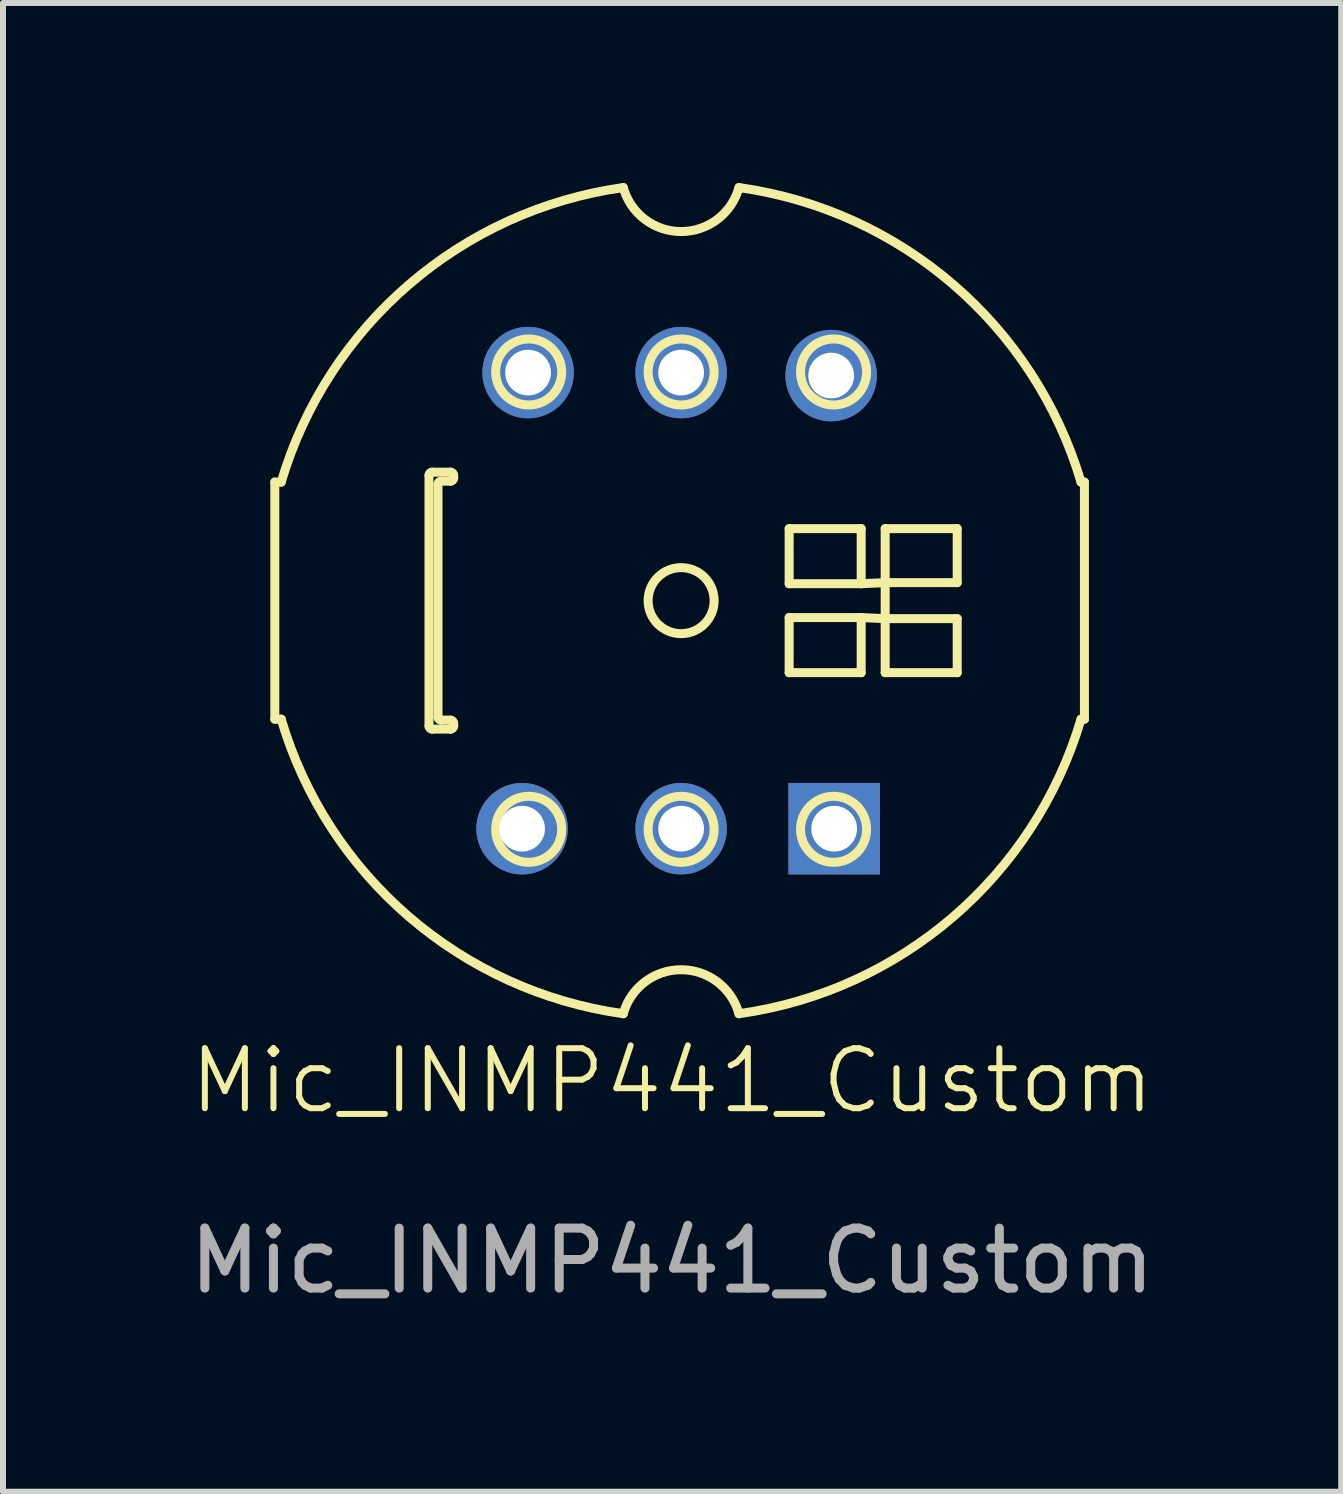
<source format=kicad_pcb>
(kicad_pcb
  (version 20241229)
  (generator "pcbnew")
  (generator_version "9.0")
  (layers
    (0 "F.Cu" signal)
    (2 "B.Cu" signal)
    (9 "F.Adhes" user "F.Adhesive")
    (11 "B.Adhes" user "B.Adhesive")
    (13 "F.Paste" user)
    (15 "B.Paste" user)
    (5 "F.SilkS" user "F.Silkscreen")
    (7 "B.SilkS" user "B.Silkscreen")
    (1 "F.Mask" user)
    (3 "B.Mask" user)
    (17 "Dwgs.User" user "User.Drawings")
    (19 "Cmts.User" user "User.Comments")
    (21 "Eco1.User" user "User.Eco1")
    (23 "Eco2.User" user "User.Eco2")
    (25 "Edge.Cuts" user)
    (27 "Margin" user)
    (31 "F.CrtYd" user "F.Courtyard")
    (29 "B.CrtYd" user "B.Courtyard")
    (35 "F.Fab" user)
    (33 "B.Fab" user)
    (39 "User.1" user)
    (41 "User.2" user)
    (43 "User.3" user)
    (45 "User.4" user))
  (footprint "Mic_INMP441_Custom"
    (layer "F.Cu")
    (at 8.149 15.458)
    (property "Reference" "Mic_INMP441_Custom" (at 0 -0.5 0) (unlocked yes) (layer "F.SilkS") (effects (font (size 1 1) (thickness 0.1))))
    (attr through_hole)
    (fp_line (start -6.62 -10.475) (end -6.62 -6.525) (stroke (width 0.15) (type default)) (layer "F.SilkS"))
    (fp_line (start -6.62 -6.525) (end -6.513 -6.525) (stroke (width 0.15) (type default)) (layer "F.SilkS"))
    (fp_line (start -6.513 -10.475) (end -6.62 -10.475) (stroke (width 0.15) (type default)) (layer "F.SilkS"))
    (fp_line (start -4.051 -6.412) (end -4.051 -10.591) (stroke (width 0.15) (type default)) (layer "F.SilkS"))
    (fp_line (start -4 -10.641) (end -3.69 -10.641) (stroke (width 0.15) (type default)) (layer "F.SilkS"))
    (fp_line (start -3.901 -10.441) (end -3.901 -6.557) (stroke (width 0.15) (type default)) (layer "F.SilkS"))
    (fp_line (start -3.851 -6.509) (end -3.69 -6.509) (stroke (width 0.15) (type default)) (layer "F.SilkS"))
    (fp_line (start -3.69 -6.359) (end -4.001 -6.359) (stroke (width 0.15) (type default)) (layer "F.SilkS"))
    (fp_line (start -3.69 -10.491) (end -3.852 -10.491) (stroke (width 0.15) (type default)) (layer "F.SilkS"))
    (fp_line (start -3.64 -10.591) (end -3.64 -10.541) (stroke (width 0.15) (type default)) (layer "F.SilkS"))
    (fp_line (start -3.64 -6.459) (end -3.64 -6.409) (stroke (width 0.15) (type default)) (layer "F.SilkS"))
    (fp_line (start 1.95 -9.7) (end 3.15 -9.7) (stroke (width 0.15) (type default)) (layer "F.SilkS"))
    (fp_line (start 1.95 -8.782) (end 1.95 -9.7) (stroke (width 0.15) (type default)) (layer "F.SilkS"))
    (fp_line (start 1.95 -8.218) (end 3.15 -8.218) (stroke (width 0.15) (type default)) (layer "F.SilkS"))
    (fp_line (start 1.95 -7.3) (end 1.95 -8.218) (stroke (width 0.15) (type default)) (layer "F.SilkS"))
    (fp_line (start 3.15 -9.7) (end 3.15 -8.782) (stroke (width 0.15) (type default)) (layer "F.SilkS"))
    (fp_line (start 3.15 -8.782) (end 1.95 -8.782) (stroke (width 0.15) (type default)) (layer "F.SilkS"))
    (fp_line (start 3.15 -8.218) (end 3.15 -7.3) (stroke (width 0.15) (type default)) (layer "F.SilkS"))
    (fp_line (start 3.15 -8.218) (end 3.55 -8.2) (stroke (width 0.15) (type default)) (layer "F.SilkS"))
    (fp_line (start 3.15 -7.3) (end 1.95 -7.3) (stroke (width 0.15) (type default)) (layer "F.SilkS"))
    (fp_line (start 3.55 -9.7) (end 4.75 -9.7) (stroke (width 0.15) (type default)) (layer "F.SilkS"))
    (fp_line (start 3.55 -8.8) (end 3.15 -8.782) (stroke (width 0.15) (type default)) (layer "F.SilkS"))
    (fp_line (start 3.55 -8.8) (end 3.55 -9.7) (stroke (width 0.15) (type default)) (layer "F.SilkS"))
    (fp_line (start 3.55 -8.2) (end 4.75 -8.2) (stroke (width 0.15) (type default)) (layer "F.SilkS"))
    (fp_line (start 3.55 -7.3) (end 3.55 -8.8) (stroke (width 0.15) (type default)) (layer "F.SilkS"))
    (fp_line (start 4.75 -9.7) (end 4.75 -8.8) (stroke (width 0.15) (type default)) (layer "F.SilkS"))
    (fp_line (start 4.75 -8.8) (end 3.55 -8.8) (stroke (width 0.15) (type default)) (layer "F.SilkS"))
    (fp_line (start 4.75 -8.2) (end 4.75 -7.3) (stroke (width 0.15) (type default)) (layer "F.SilkS"))
    (fp_line (start 4.75 -7.3) (end 3.55 -7.3) (stroke (width 0.15) (type default)) (layer "F.SilkS"))
    (fp_line (start 6.813 -6.525) (end 6.87 -6.525) (stroke (width 0.15) (type default)) (layer "F.SilkS"))
    (fp_line (start 6.87 -10.475) (end 6.813 -10.475) (stroke (width 0.15) (type default)) (layer "F.SilkS"))
    (fp_line (start 6.87 -6.525) (end 6.87 -10.475) (stroke (width 0.15) (type default)) (layer "F.SilkS"))
    (fp_arc (start -6.513471 -10.475) (mid -4.384873 -13.766632) (end -0.81366 -15.382867) (stroke (width 0.15) (type default)) (layer "F.SilkS"))
    (fp_arc (start -4.051006 -10.590933) (mid -4.036034 -10.626626) (end -4.000079 -10.640958) (stroke (width 0.15) (type default)) (layer "F.SilkS"))
    (fp_arc (start -4.000973 -6.359042) (mid -4.037205 -6.374605) (end -4.051006 -6.411542) (stroke (width 0.15) (type default)) (layer "F.SilkS"))
    (fp_arc (start -3.901006 -10.440933) (mid -3.886666 -10.475994) (end -3.851867 -10.490958) (stroke (width 0.15) (type default)) (layer "F.SilkS"))
    (fp_arc (start -3.850873 -6.509042) (mid -3.885465 -6.522866) (end -3.901006 -6.556724) (stroke (width 0.15) (type default)) (layer "F.SilkS"))
    (fp_arc (start -3.689973 -10.640958) (mid -3.654644 -10.626309) (end -3.64 -10.590958) (stroke (width 0.15) (type default)) (layer "F.SilkS"))
    (fp_arc (start -3.689973 -6.509042) (mid -3.65465 -6.494392) (end -3.64 -6.459042) (stroke (width 0.15) (type default)) (layer "F.SilkS"))
    (fp_arc (start -3.64 -10.540933) (mid -3.654637 -10.505597) (end -3.689973 -10.490958) (stroke (width 0.15) (type default)) (layer "F.SilkS"))
    (fp_arc (start -3.64 -6.409033) (mid -3.654646 -6.373687) (end -3.69 -6.359042) (stroke (width 0.15) (type default)) (layer "F.SilkS"))
    (fp_arc (start -0.81366 -1.617133) (mid -4.384875 -3.233366) (end -6.513474 -6.525) (stroke (width 0.15) (type default)) (layer "F.SilkS"))
    (fp_arc (start -0.81366 -1.617133) (mid 0.15 -2.35) (end 1.11366 -1.617133) (stroke (width 0.15) (type default)) (layer "F.SilkS"))
    (fp_arc (start 1.11366 -15.382867) (mid 0.149998 -14.649999) (end -0.81366 -15.382867) (stroke (width 0.15) (type default)) (layer "F.SilkS"))
    (fp_arc (start 1.11366 -15.382867) (mid 4.684876 -13.766634) (end 6.813473 -10.475) (stroke (width 0.15) (type default)) (layer "F.SilkS"))
    (fp_arc (start 6.813471 -6.525) (mid 4.684873 -3.233368) (end 1.11366 -1.617133) (stroke (width 0.15) (type default)) (layer "F.SilkS"))
    (fp_circle (center -2.39 -12.31) (end -2.39 -12.86) (stroke (width 0.15) (type default)) (fill no) (layer "F.SilkS"))
    (fp_circle (center -2.39 -4.69) (end -2.39 -5.24) (stroke (width 0.15) (type default)) (fill no) (layer "F.SilkS"))
    (fp_circle (center 0.15 -12.31) (end 0.15 -12.86) (stroke (width 0.15) (type default)) (fill no) (layer "F.SilkS"))
    (fp_circle (center 0.15 -8.5) (end 0.15 -9.05) (stroke (width 0.15) (type default)) (fill no) (layer "F.SilkS"))
    (fp_circle (center 0.15 -4.69) (end 0.15 -5.24) (stroke (width 0.15) (type default)) (fill no) (layer "F.SilkS"))
    (fp_circle (center 2.69 -12.31) (end 2.69 -12.86) (stroke (width 0.15) (type default)) (fill no) (layer "F.SilkS"))
    (fp_circle (center 2.69 -4.69) (end 2.69 -5.24) (stroke (width 0.15) (type default)) (fill no) (layer "F.SilkS"))
    (fp_text user "${REFERENCE}" (at 0 2.5 0) (unlocked yes) (layer "F.Fab") (effects (font (size 1 1) (thickness 0.15))))
    (pad "1" thru_hole rect (at 2.7 -4.7 270) (size 1.524 1.524) (drill 0.762) (layers "*.Cu" "*.Mask"))
    (pad "2" thru_hole circle (at 0.15 -4.7 270) (size 1.524 1.524) (drill 0.762) (layers "*.Cu" "*.Mask"))
    (pad "3" thru_hole circle (at -2.5 -4.7 270) (size 1.524 1.524) (drill 0.762) (layers "*.Cu" "*.Mask"))
    (pad "4" thru_hole circle (at 2.65 -12.25 270) (size 1.524 1.524) (drill 0.762) (layers "*.Cu" "*.Mask"))
    (pad "5" thru_hole circle (at 0.15 -12.3 270) (size 1.524 1.524) (drill 0.762) (layers "*.Cu" "*.Mask"))
    (pad "6" thru_hole circle (at -2.4 -12.3 270) (size 1.524 1.524) (drill 0.762) (layers "*.Cu" "*.Mask")))
  (gr_rect
    (start -3 -3)
    (end 19.298 21.806)
    (stroke (width 0.1) (type default))
    (fill no)
    (layer "Edge.Cuts")))
</source>
